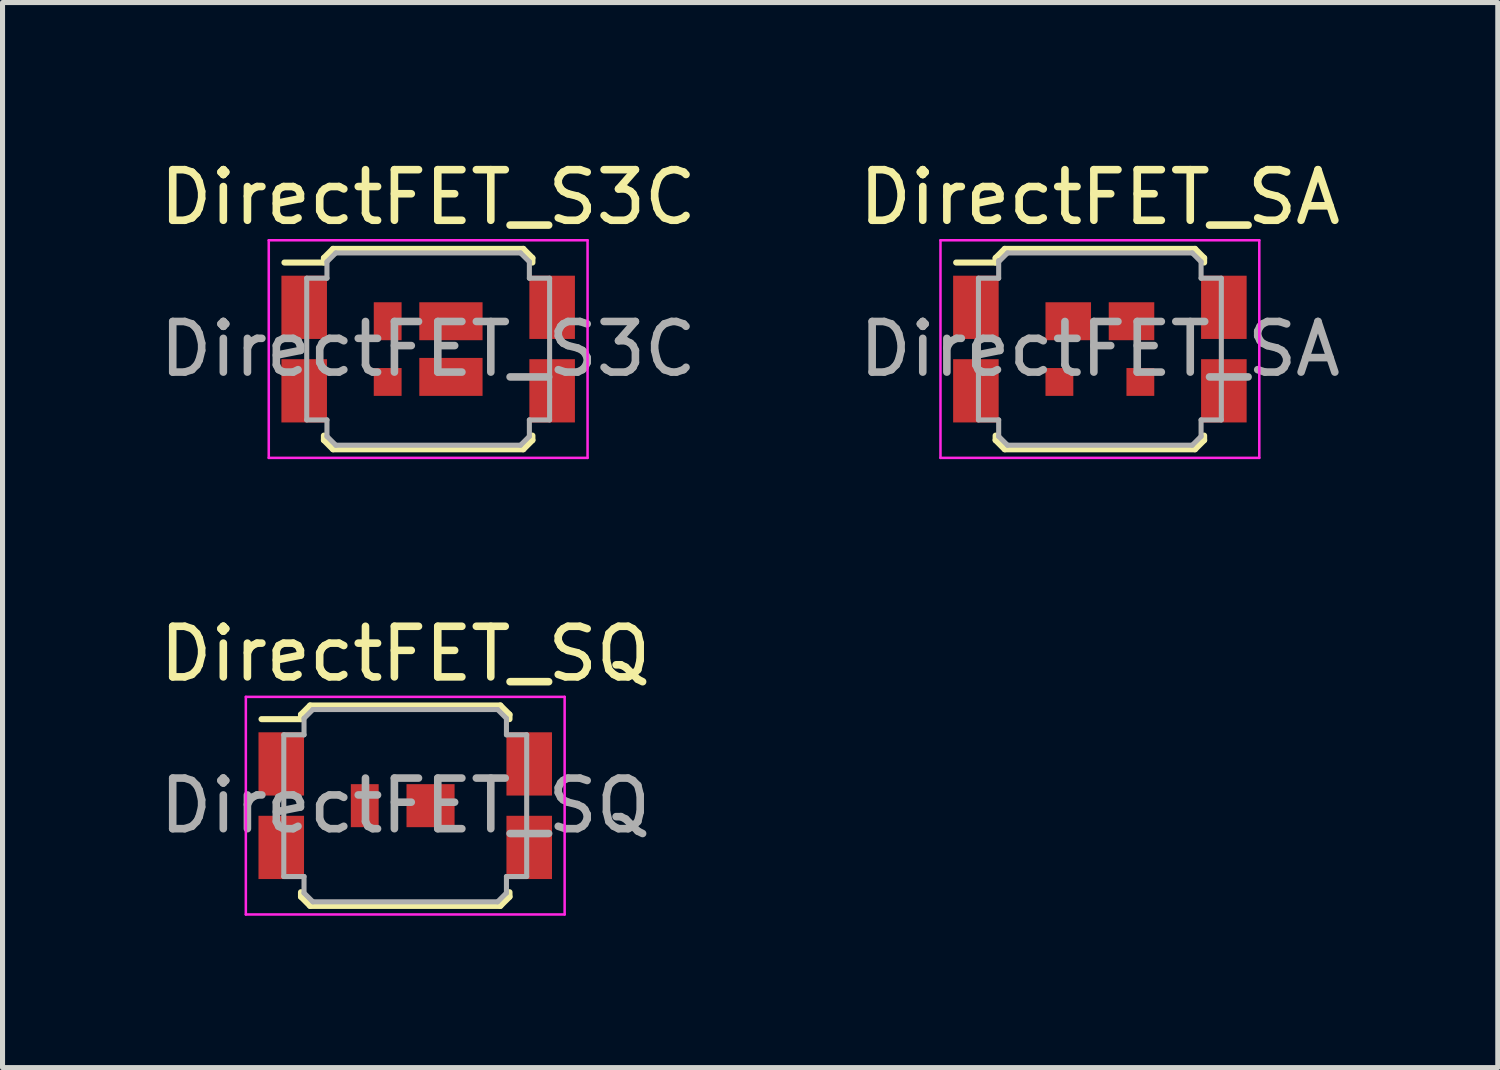
<source format=kicad_pcb>
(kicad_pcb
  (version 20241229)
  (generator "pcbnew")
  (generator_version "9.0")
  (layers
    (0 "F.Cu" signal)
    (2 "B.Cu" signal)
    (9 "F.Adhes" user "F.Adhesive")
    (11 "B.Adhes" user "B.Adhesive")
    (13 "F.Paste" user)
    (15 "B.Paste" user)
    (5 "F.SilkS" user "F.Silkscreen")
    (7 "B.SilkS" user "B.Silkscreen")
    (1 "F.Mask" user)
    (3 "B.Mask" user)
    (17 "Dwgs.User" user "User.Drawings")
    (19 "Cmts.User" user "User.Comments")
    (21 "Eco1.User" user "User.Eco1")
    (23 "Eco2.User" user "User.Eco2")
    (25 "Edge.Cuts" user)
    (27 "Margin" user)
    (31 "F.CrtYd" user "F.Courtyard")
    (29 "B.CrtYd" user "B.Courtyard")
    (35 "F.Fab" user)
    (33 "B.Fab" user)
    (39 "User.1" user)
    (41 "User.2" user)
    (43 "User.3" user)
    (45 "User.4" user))
  (footprint "DirectFET_SQ"
    (layer "F.Cu")
    (at 4.958 12.871)
    (property "Reference" "DirectFET_SQ" (at 0 -3 0) (layer "F.SilkS") (effects (font (size 1 1) (thickness 0.15))))
    (attr smd)
    (fp_line (start -2.84 -1.71) (end -2.06 -1.71) (stroke (width 0.12) (type solid)) (layer "F.SilkS"))
    (fp_line (start -2.06 -1.8) (end -1.88 -1.98) (stroke (width 0.12) (type solid)) (layer "F.SilkS"))
    (fp_line (start -2.06 -1.71) (end -2.06 -1.8) (stroke (width 0.12) (type solid)) (layer "F.SilkS"))
    (fp_line (start -2.06 1.71) (end -2.06 1.8) (stroke (width 0.12) (type solid)) (layer "F.SilkS"))
    (fp_line (start -2.06 1.8) (end -1.88 1.98) (stroke (width 0.12) (type solid)) (layer "F.SilkS"))
    (fp_line (start -1.88 -1.98) (end 1.88 -1.98) (stroke (width 0.12) (type solid)) (layer "F.SilkS"))
    (fp_line (start -1.88 1.98) (end 1.88 1.98) (stroke (width 0.12) (type solid)) (layer "F.SilkS"))
    (fp_line (start 2.06 -1.8) (end 1.88 -1.98) (stroke (width 0.12) (type solid)) (layer "F.SilkS"))
    (fp_line (start 2.06 -1.71) (end 2.06 -1.8) (stroke (width 0.12) (type solid)) (layer "F.SilkS"))
    (fp_line (start 2.06 1.71) (end 2.06 1.8) (stroke (width 0.12) (type solid)) (layer "F.SilkS"))
    (fp_line (start 2.06 1.8) (end 1.88 1.98) (stroke (width 0.12) (type solid)) (layer "F.SilkS"))
    (fp_line (start -3.15 -2.15) (end -3.15 2.15) (stroke (width 0.05) (type solid)) (layer "F.CrtYd"))
    (fp_line (start -3.15 -2.15) (end 3.15 -2.15) (stroke (width 0.05) (type solid)) (layer "F.CrtYd"))
    (fp_line (start -3.15 2.15) (end 3.15 2.15) (stroke (width 0.05) (type solid)) (layer "F.CrtYd"))
    (fp_line (start 3.15 -2.15) (end 3.15 2.15) (stroke (width 0.05) (type solid)) (layer "F.CrtYd"))
    (fp_line (start -2.4 -1.4) (end -2 -1.4) (stroke (width 0.1) (type solid)) (layer "F.Fab"))
    (fp_line (start -2.4 1.4) (end -2.4 -1.4) (stroke (width 0.1) (type solid)) (layer "F.Fab"))
    (fp_line (start -2.4 1.4) (end -2 1.4) (stroke (width 0.1) (type solid)) (layer "F.Fab"))
    (fp_line (start -2 -1.725) (end -1.825 -1.9) (stroke (width 0.1) (type solid)) (layer "F.Fab"))
    (fp_line (start -2 -1.4) (end -2 -1.725) (stroke (width 0.1) (type solid)) (layer "F.Fab"))
    (fp_line (start -2 1.4) (end -2 1.725) (stroke (width 0.1) (type solid)) (layer "F.Fab"))
    (fp_line (start -2 1.725) (end -1.825 1.9) (stroke (width 0.1) (type solid)) (layer "F.Fab"))
    (fp_line (start -1.825 -1.9) (end 1.825 -1.9) (stroke (width 0.1) (type solid)) (layer "F.Fab"))
    (fp_line (start -1.825 1.9) (end 1.825 1.9) (stroke (width 0.1) (type solid)) (layer "F.Fab"))
    (fp_line (start 1.825 -1.9) (end 2 -1.725) (stroke (width 0.1) (type solid)) (layer "F.Fab"))
    (fp_line (start 1.825 1.9) (end 2 1.725) (stroke (width 0.1) (type solid)) (layer "F.Fab"))
    (fp_line (start 2 -1.4) (end 2 -1.725) (stroke (width 0.1) (type solid)) (layer "F.Fab"))
    (fp_line (start 2 1.4) (end 2 1.725) (stroke (width 0.1) (type solid)) (layer "F.Fab"))
    (fp_line (start 2.4 -1.4) (end 2 -1.4) (stroke (width 0.1) (type solid)) (layer "F.Fab"))
    (fp_line (start 2.4 1.4) (end 2 1.4) (stroke (width 0.1) (type solid)) (layer "F.Fab"))
    (fp_line (start 2.4 1.4) (end 2.4 -1.4) (stroke (width 0.1) (type solid)) (layer "F.Fab"))
    (fp_text user "${REFERENCE}" (at 0 0 0) (layer "F.Fab") (effects (font (size 1 1) (thickness 0.15))))
    (pad "1" smd rect (at -2.45 -0.825) (size 0.9 1.25) (layers "F.Cu" "F.Mask" "F.Paste"))
    (pad "1" smd rect (at -2.45 0.825) (size 0.9 1.25) (layers "F.Cu" "F.Mask" "F.Paste"))
    (pad "1" smd rect (at 2.45 -0.825) (size 0.9 1.25) (layers "F.Cu" "F.Mask" "F.Paste"))
    (pad "1" smd rect (at 2.45 0.825) (size 0.9 1.25) (layers "F.Cu" "F.Mask" "F.Paste"))
    (pad "2" smd rect (at -0.8 0) (size 0.55 0.85) (layers "F.Cu" "F.Mask" "F.Paste"))
    (pad "3" smd rect (at 0.5 0) (size 0.95 0.85) (layers "F.Cu" "F.Mask" "F.Paste")))
  (footprint "DirectFET_SA"
    (layer "F.Cu")
    (at 18.685 3.848)
    (property "Reference" "DirectFET_SA" (at 0 -3 0) (layer "F.SilkS") (effects (font (size 1 1) (thickness 0.15))))
    (attr smd)
    (fp_line (start -2.84 -1.71) (end -2.06 -1.71) (stroke (width 0.12) (type solid)) (layer "F.SilkS"))
    (fp_line (start -2.06 -1.8) (end -1.88 -1.98) (stroke (width 0.12) (type solid)) (layer "F.SilkS"))
    (fp_line (start -2.06 -1.71) (end -2.06 -1.8) (stroke (width 0.12) (type solid)) (layer "F.SilkS"))
    (fp_line (start -2.06 1.71) (end -2.06 1.8) (stroke (width 0.12) (type solid)) (layer "F.SilkS"))
    (fp_line (start -2.06 1.8) (end -1.88 1.98) (stroke (width 0.12) (type solid)) (layer "F.SilkS"))
    (fp_line (start -1.88 -1.98) (end 1.88 -1.98) (stroke (width 0.12) (type solid)) (layer "F.SilkS"))
    (fp_line (start -1.88 1.98) (end 1.88 1.98) (stroke (width 0.12) (type solid)) (layer "F.SilkS"))
    (fp_line (start 2.06 -1.8) (end 1.88 -1.98) (stroke (width 0.12) (type solid)) (layer "F.SilkS"))
    (fp_line (start 2.06 -1.71) (end 2.06 -1.8) (stroke (width 0.12) (type solid)) (layer "F.SilkS"))
    (fp_line (start 2.06 1.71) (end 2.06 1.8) (stroke (width 0.12) (type solid)) (layer "F.SilkS"))
    (fp_line (start 2.06 1.8) (end 1.88 1.98) (stroke (width 0.12) (type solid)) (layer "F.SilkS"))
    (fp_line (start -3.15 -2.15) (end -3.15 2.15) (stroke (width 0.05) (type solid)) (layer "F.CrtYd"))
    (fp_line (start -3.15 -2.15) (end 3.15 -2.15) (stroke (width 0.05) (type solid)) (layer "F.CrtYd"))
    (fp_line (start -3.15 2.15) (end 3.15 2.15) (stroke (width 0.05) (type solid)) (layer "F.CrtYd"))
    (fp_line (start 3.15 -2.15) (end 3.15 2.15) (stroke (width 0.05) (type solid)) (layer "F.CrtYd"))
    (fp_line (start -2.4 -1.4) (end -2 -1.4) (stroke (width 0.1) (type solid)) (layer "F.Fab"))
    (fp_line (start -2.4 1.4) (end -2.4 -1.4) (stroke (width 0.1) (type solid)) (layer "F.Fab"))
    (fp_line (start -2.4 1.4) (end -2 1.4) (stroke (width 0.1) (type solid)) (layer "F.Fab"))
    (fp_line (start -2 -1.725) (end -1.825 -1.9) (stroke (width 0.1) (type solid)) (layer "F.Fab"))
    (fp_line (start -2 -1.4) (end -2 -1.75) (stroke (width 0.1) (type solid)) (layer "F.Fab"))
    (fp_line (start -2 1.4) (end -2 1.725) (stroke (width 0.1) (type solid)) (layer "F.Fab"))
    (fp_line (start -2 1.725) (end -1.825 1.9) (stroke (width 0.1) (type solid)) (layer "F.Fab"))
    (fp_line (start -1.825 -1.9) (end 1.825 -1.9) (stroke (width 0.1) (type solid)) (layer "F.Fab"))
    (fp_line (start -1.825 1.9) (end 1.825 1.9) (stroke (width 0.1) (type solid)) (layer "F.Fab"))
    (fp_line (start 1.825 -1.9) (end 2 -1.725) (stroke (width 0.1) (type solid)) (layer "F.Fab"))
    (fp_line (start 1.825 1.9) (end 2 1.725) (stroke (width 0.1) (type solid)) (layer "F.Fab"))
    (fp_line (start 2 -1.4) (end 2 -1.725) (stroke (width 0.1) (type solid)) (layer "F.Fab"))
    (fp_line (start 2 1.4) (end 2 1.725) (stroke (width 0.1) (type solid)) (layer "F.Fab"))
    (fp_line (start 2.4 -1.4) (end 2 -1.4) (stroke (width 0.1) (type solid)) (layer "F.Fab"))
    (fp_line (start 2.4 1.4) (end 2 1.4) (stroke (width 0.1) (type solid)) (layer "F.Fab"))
    (fp_line (start 2.4 1.4) (end 2.4 -1.4) (stroke (width 0.1) (type solid)) (layer "F.Fab"))
    (fp_text user "${REFERENCE}" (at 0 0 0) (layer "F.Fab") (effects (font (size 1 1) (thickness 0.15))))
    (pad "1" smd rect (at -2.45 -0.825) (size 0.9 1.25) (layers "F.Cu" "F.Mask" "F.Paste"))
    (pad "1" smd rect (at -2.45 0.825) (size 0.9 1.25) (layers "F.Cu" "F.Mask" "F.Paste"))
    (pad "1" smd rect (at 2.45 -0.825) (size 0.9 1.25) (layers "F.Cu" "F.Mask" "F.Paste"))
    (pad "1" smd rect (at 2.45 0.825) (size 0.9 1.25) (layers "F.Cu" "F.Mask" "F.Paste"))
    (pad "2" smd rect (at -0.8 0.65) (size 0.55 0.55) (layers "F.Cu" "F.Mask" "F.Paste"))
    (pad "2" smd rect (at 0.8 0.65) (size 0.55 0.55) (layers "F.Cu" "F.Mask" "F.Paste"))
    (pad "3" smd rect (at -0.625 -0.55) (size 0.9 0.75) (layers "F.Cu" "F.Mask" "F.Paste"))
    (pad "3" smd rect (at 0.625 -0.55) (size 0.9 0.75) (layers "F.Cu" "F.Mask" "F.Paste")))
  (footprint "DirectFET_S3C"
    (layer "F.Cu")
    (at 5.411 3.848)
    (property "Reference" "DirectFET_S3C" (at 0 -3 0) (layer "F.SilkS") (effects (font (size 1 1) (thickness 0.15))))
    (attr smd)
    (fp_line (start -2.84 -1.71) (end -2.06 -1.71) (stroke (width 0.12) (type solid)) (layer "F.SilkS"))
    (fp_line (start -2.06 -1.8) (end -1.88 -1.98) (stroke (width 0.12) (type solid)) (layer "F.SilkS"))
    (fp_line (start -2.06 -1.71) (end -2.06 -1.8) (stroke (width 0.12) (type solid)) (layer "F.SilkS"))
    (fp_line (start -2.06 1.71) (end -2.06 1.8) (stroke (width 0.12) (type solid)) (layer "F.SilkS"))
    (fp_line (start -2.06 1.8) (end -1.88 1.98) (stroke (width 0.12) (type solid)) (layer "F.SilkS"))
    (fp_line (start -1.88 -1.98) (end 1.88 -1.98) (stroke (width 0.12) (type solid)) (layer "F.SilkS"))
    (fp_line (start -1.88 1.98) (end 1.88 1.98) (stroke (width 0.12) (type solid)) (layer "F.SilkS"))
    (fp_line (start 2.06 -1.8) (end 1.88 -1.98) (stroke (width 0.12) (type solid)) (layer "F.SilkS"))
    (fp_line (start 2.06 -1.71) (end 2.06 -1.8) (stroke (width 0.12) (type solid)) (layer "F.SilkS"))
    (fp_line (start 2.06 1.71) (end 2.06 1.8) (stroke (width 0.12) (type solid)) (layer "F.SilkS"))
    (fp_line (start 2.06 1.8) (end 1.88 1.98) (stroke (width 0.12) (type solid)) (layer "F.SilkS"))
    (fp_line (start -3.15 -2.15) (end -3.15 2.15) (stroke (width 0.05) (type solid)) (layer "F.CrtYd"))
    (fp_line (start -3.15 -2.15) (end 3.15 -2.15) (stroke (width 0.05) (type solid)) (layer "F.CrtYd"))
    (fp_line (start -3.15 2.15) (end 3.15 2.15) (stroke (width 0.05) (type solid)) (layer "F.CrtYd"))
    (fp_line (start 3.15 -2.15) (end 3.15 2.15) (stroke (width 0.05) (type solid)) (layer "F.CrtYd"))
    (fp_line (start -2.4 -1.4) (end -2 -1.4) (stroke (width 0.1) (type solid)) (layer "F.Fab"))
    (fp_line (start -2.4 1.4) (end -2.4 -1.4) (stroke (width 0.1) (type solid)) (layer "F.Fab"))
    (fp_line (start -2.4 1.4) (end -2 1.4) (stroke (width 0.1) (type solid)) (layer "F.Fab"))
    (fp_line (start -2 -1.725) (end -1.825 -1.9) (stroke (width 0.1) (type solid)) (layer "F.Fab"))
    (fp_line (start -2 -1.4) (end -2 -1.725) (stroke (width 0.1) (type solid)) (layer "F.Fab"))
    (fp_line (start -2 1.4) (end -2 1.725) (stroke (width 0.1) (type solid)) (layer "F.Fab"))
    (fp_line (start -2 1.725) (end -1.825 1.9) (stroke (width 0.1) (type solid)) (layer "F.Fab"))
    (fp_line (start -1.825 -1.9) (end 1.825 -1.9) (stroke (width 0.1) (type solid)) (layer "F.Fab"))
    (fp_line (start -1.825 1.9) (end 1.825 1.9) (stroke (width 0.1) (type solid)) (layer "F.Fab"))
    (fp_line (start 1.825 -1.9) (end 2 -1.725) (stroke (width 0.1) (type solid)) (layer "F.Fab"))
    (fp_line (start 1.825 1.9) (end 2 1.725) (stroke (width 0.1) (type solid)) (layer "F.Fab"))
    (fp_line (start 2 -1.4) (end 2 -1.725) (stroke (width 0.1) (type solid)) (layer "F.Fab"))
    (fp_line (start 2 1.4) (end 2 1.725) (stroke (width 0.1) (type solid)) (layer "F.Fab"))
    (fp_line (start 2.4 -1.4) (end 2 -1.4) (stroke (width 0.1) (type solid)) (layer "F.Fab"))
    (fp_line (start 2.4 1.4) (end 2 1.4) (stroke (width 0.1) (type solid)) (layer "F.Fab"))
    (fp_line (start 2.4 1.4) (end 2.4 -1.4) (stroke (width 0.1) (type solid)) (layer "F.Fab"))
    (fp_text user "${REFERENCE}" (at 0 0 0) (layer "F.Fab") (effects (font (size 1 1) (thickness 0.15))))
    (pad "1" smd rect (at -2.45 -0.825) (size 0.9 1.25) (layers "F.Cu" "F.Mask" "F.Paste"))
    (pad "1" smd rect (at -2.45 0.825) (size 0.9 1.25) (layers "F.Cu" "F.Mask" "F.Paste"))
    (pad "1" smd rect (at 2.45 -0.825) (size 0.9 1.25) (layers "F.Cu" "F.Mask" "F.Paste"))
    (pad "1" smd rect (at 2.45 0.825) (size 0.9 1.25) (layers "F.Cu" "F.Mask" "F.Paste"))
    (pad "2" smd rect (at -0.8 0.65) (size 0.55 0.55) (layers "F.Cu" "F.Mask" "F.Paste"))
    (pad "3" smd rect (at -0.8 -0.55) (size 0.55 0.75) (layers "F.Cu" "F.Mask" "F.Paste"))
    (pad "3" smd rect (at 0.45 -0.55) (size 1.25 0.75) (layers "F.Cu" "F.Mask" "F.Paste"))
    (pad "3" smd rect (at 0.45 0.55) (size 1.25 0.75) (layers "F.Cu" "F.Mask" "F.Paste")))
  (gr_rect
    (start -3 -3)
    (end 26.548 18.047)
    (stroke (width 0.1) (type default))
    (fill no)
    (layer "Edge.Cuts")))
</source>
